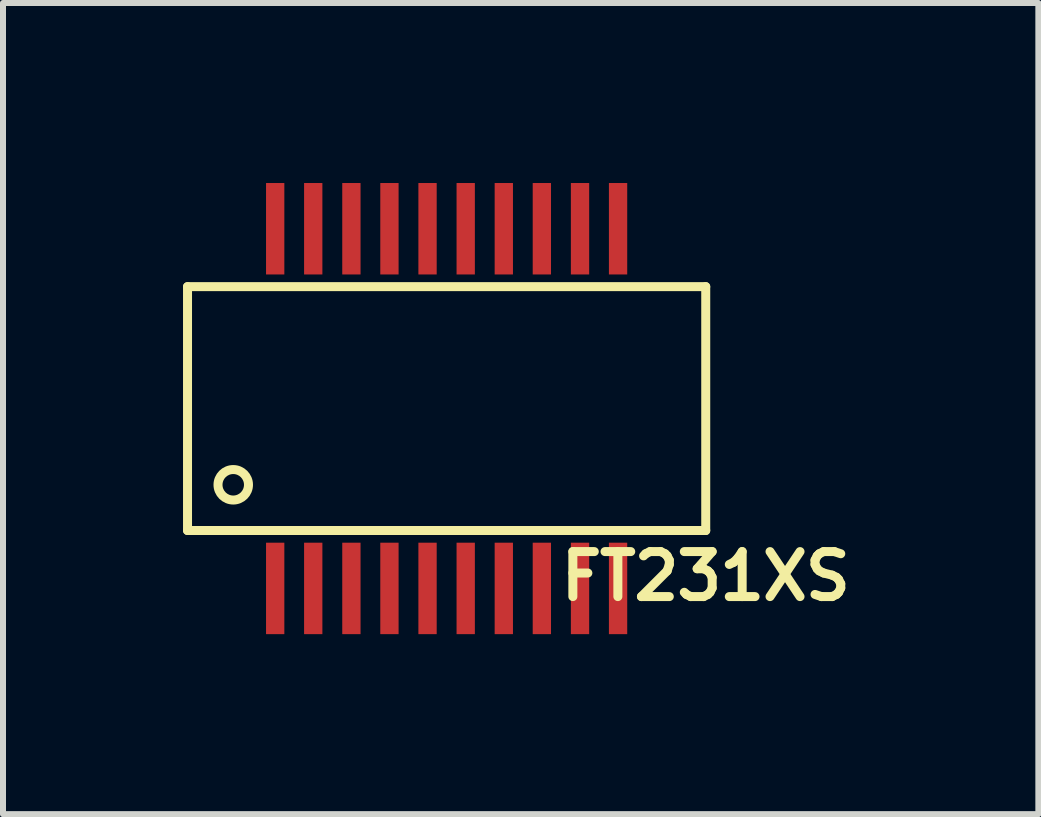
<source format=kicad_pcb>
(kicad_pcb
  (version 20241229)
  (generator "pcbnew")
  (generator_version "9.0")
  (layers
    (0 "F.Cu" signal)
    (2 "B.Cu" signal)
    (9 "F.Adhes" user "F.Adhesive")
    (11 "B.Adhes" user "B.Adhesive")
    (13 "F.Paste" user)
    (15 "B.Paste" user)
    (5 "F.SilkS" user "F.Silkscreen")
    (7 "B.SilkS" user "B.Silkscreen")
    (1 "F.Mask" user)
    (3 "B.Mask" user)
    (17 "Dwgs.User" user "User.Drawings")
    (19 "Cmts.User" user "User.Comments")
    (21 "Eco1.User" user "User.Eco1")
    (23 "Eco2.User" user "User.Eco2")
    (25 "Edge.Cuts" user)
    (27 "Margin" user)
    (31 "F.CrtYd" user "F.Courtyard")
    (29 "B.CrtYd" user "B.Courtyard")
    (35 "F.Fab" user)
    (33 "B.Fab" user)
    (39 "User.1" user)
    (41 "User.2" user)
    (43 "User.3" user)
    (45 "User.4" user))
  (footprint "FT231XS"
    (layer "F.Cu")
    (at 4.393 3.759)
    (property "Reference" "FT231XS" (at 4.318 2.794 0) (layer "F.SilkS") (effects (font (size 0.75 0.75) (thickness 0.15))))
    (attr through_hole)
    (fp_line (start -4.318 -2.032) (end -4.318 2.032) (stroke (width 0.15) (type solid)) (layer "F.SilkS"))
    (fp_line (start -4.318 2.032) (end 4.318 2.032) (stroke (width 0.15) (type solid)) (layer "F.SilkS"))
    (fp_line (start 4.318 -2.032) (end -4.318 -2.032) (stroke (width 0.15) (type solid)) (layer "F.SilkS"))
    (fp_line (start 4.318 -2.032) (end 4.318 2.032) (stroke (width 0.15) (type solid)) (layer "F.SilkS"))
    (fp_circle (center -3.556 1.27) (end -3.556 1.524) (stroke (width 0.15) (type solid)) (fill no) (layer "F.SilkS"))
    (pad "1" smd rect (at -2.857 2.997) (size 0.305 1.524) (layers "F.Cu" "F.Mask" "F.Paste"))
    (pad "2" smd rect (at -2.223 2.997) (size 0.305 1.524) (layers "F.Cu" "F.Mask" "F.Paste"))
    (pad "3" smd rect (at -1.587 2.997) (size 0.305 1.524) (layers "F.Cu" "F.Mask" "F.Paste"))
    (pad "4" smd rect (at -0.953 2.997) (size 0.305 1.524) (layers "F.Cu" "F.Mask" "F.Paste"))
    (pad "5" smd rect (at -0.318 2.997) (size 0.305 1.524) (layers "F.Cu" "F.Mask" "F.Paste"))
    (pad "6" smd rect (at 0.318 2.997) (size 0.305 1.524) (layers "F.Cu" "F.Mask" "F.Paste"))
    (pad "7" smd rect (at 0.953 2.997) (size 0.305 1.524) (layers "F.Cu" "F.Mask" "F.Paste"))
    (pad "8" smd rect (at 1.587 2.997) (size 0.305 1.524) (layers "F.Cu" "F.Mask" "F.Paste"))
    (pad "9" smd rect (at 2.223 2.997) (size 0.305 1.524) (layers "F.Cu" "F.Mask" "F.Paste"))
    (pad "10" smd rect (at 2.857 2.997) (size 0.305 1.524) (layers "F.Cu" "F.Mask" "F.Paste"))
    (pad "11" smd rect (at 2.857 -2.997) (size 0.305 1.524) (layers "F.Cu" "F.Mask" "F.Paste"))
    (pad "12" smd rect (at 2.223 -2.997) (size 0.305 1.524) (layers "F.Cu" "F.Mask" "F.Paste"))
    (pad "13" smd rect (at 1.587 -2.997) (size 0.305 1.524) (layers "F.Cu" "F.Mask" "F.Paste"))
    (pad "14" smd rect (at 0.953 -2.997) (size 0.305 1.524) (layers "F.Cu" "F.Mask" "F.Paste"))
    (pad "15" smd rect (at 0.318 -2.997) (size 0.305 1.524) (layers "F.Cu" "F.Mask" "F.Paste"))
    (pad "16" smd rect (at -0.318 -2.997) (size 0.305 1.524) (layers "F.Cu" "F.Mask" "F.Paste"))
    (pad "17" smd rect (at -0.953 -2.997) (size 0.305 1.524) (layers "F.Cu" "F.Mask" "F.Paste"))
    (pad "18" smd rect (at -1.587 -2.997) (size 0.305 1.524) (layers "F.Cu" "F.Mask" "F.Paste"))
    (pad "19" smd rect (at -2.223 -2.997) (size 0.305 1.524) (layers "F.Cu" "F.Mask" "F.Paste"))
    (pad "20" smd rect (at -2.857 -2.997) (size 0.305 1.524) (layers "F.Cu" "F.Mask" "F.Paste")))
  (gr_rect
    (start -3 -3)
    (end 14.254 10.518)
    (stroke (width 0.1) (type default))
    (fill no)
    (layer "Edge.Cuts")))
</source>
